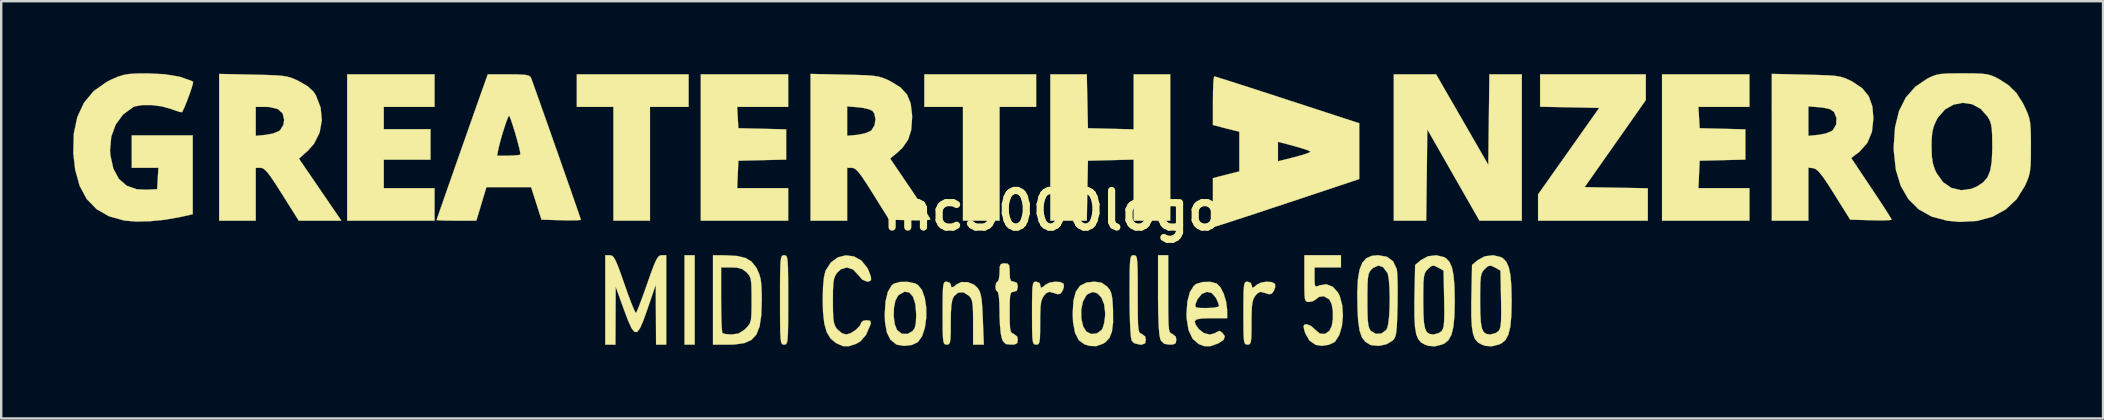
<source format=kicad_pcb>
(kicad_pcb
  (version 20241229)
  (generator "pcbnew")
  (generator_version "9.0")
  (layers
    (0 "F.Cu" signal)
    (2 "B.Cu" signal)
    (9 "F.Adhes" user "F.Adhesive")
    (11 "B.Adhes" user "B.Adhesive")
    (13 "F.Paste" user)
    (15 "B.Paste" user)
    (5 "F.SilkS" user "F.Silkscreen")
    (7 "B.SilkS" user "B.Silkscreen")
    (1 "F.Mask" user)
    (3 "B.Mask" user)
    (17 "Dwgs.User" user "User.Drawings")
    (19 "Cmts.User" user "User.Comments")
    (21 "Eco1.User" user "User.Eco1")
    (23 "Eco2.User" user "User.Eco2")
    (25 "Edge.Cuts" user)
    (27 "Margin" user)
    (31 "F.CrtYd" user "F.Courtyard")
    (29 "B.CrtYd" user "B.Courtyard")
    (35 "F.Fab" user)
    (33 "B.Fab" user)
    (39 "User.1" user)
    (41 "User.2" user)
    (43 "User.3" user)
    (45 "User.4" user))
  (footprint "mc5000logo"
    (layer "F.Cu")
    (at 40.793 5.72)
    (property "Reference" "mc5000logo" (at 0 0 0) (layer "F.SilkS") (effects (font (size 1.524 1.524) (thickness 0.3))))
    (attr through_hole)
    (fp_poly (pts (xy -14.901 5.588) (xy -15.325 5.588) (xy -15.325 1.863) (xy -14.901 1.863) (xy -14.901 5.588)) (stroke (width 0.01) (type solid)) (fill yes) (layer "F.SilkS"))
    (fp_poly (pts (xy -15.155 -4.318) (xy -16.764 -4.318) (xy -16.764 0.423) (xy -18.288 0.423) (xy -18.288 -4.318) (xy -19.812 -4.318) (xy -19.812 -5.673) (xy -15.155 -5.673) (xy -15.155 -4.318)) (stroke (width 0.01) (type solid)) (fill yes) (layer "F.SilkS"))
    (fp_poly (pts (xy -0.677 -4.318) (xy -2.201 -4.318) (xy -2.201 0.423) (xy -3.725 0.423) (xy -3.725 -4.318) (xy -5.334 -4.318) (xy -5.334 -5.673) (xy -0.677 -5.673) (xy -0.677 -4.318)) (stroke (width 0.01) (type solid)) (fill yes) (layer "F.SilkS"))
    (fp_poly (pts (xy -25.739 -4.318) (xy -27.855 -4.318) (xy -27.855 -3.387) (xy -25.908 -3.387) (xy -25.908 -2.117) (xy -27.855 -2.117) (xy -27.855 -0.931) (xy -25.739 -0.931) (xy -25.739 0.423) (xy -29.379 0.423) (xy -29.379 -5.673) (xy -25.739 -5.673) (xy -25.739 -4.318)) (stroke (width 0.01) (type solid)) (fill yes) (layer "F.SilkS"))
    (fp_poly (pts (xy 17.074 -3.789) (xy 18.161 -1.905) (xy 18.184 -3.789) (xy 18.207 -5.673) (xy 19.558 -5.673) (xy 19.558 0.423) (xy 17.792 0.423) (xy 15.621 -3.378) (xy 15.598 -1.477) (xy 15.575 0.423) (xy 14.224 0.423) (xy 14.224 -5.673) (xy 15.986 -5.673) (xy 17.074 -3.789)) (stroke (width 0.01) (type solid)) (fill yes) (layer "F.SilkS"))
    (fp_poly (pts (xy 24.723 -4.599) (xy 23.449 -2.786) (xy 22.175 -0.974) (xy 23.491 -0.95) (xy 24.807 -0.927) (xy 24.807 0.423) (xy 20.235 0.423) (xy 20.235 -0.673) (xy 21.509 -2.474) (xy 22.782 -4.276) (xy 20.32 -4.323) (xy 20.32 -5.673) (xy 24.723 -5.673) (xy 24.723 -4.599)) (stroke (width 0.01) (type solid)) (fill yes) (layer "F.SilkS"))
    (fp_poly (pts (xy 29.041 -4.318) (xy 26.915 -4.318) (xy 26.966 -3.429) (xy 27.919 -3.405) (xy 28.871 -3.381) (xy 28.871 -2.122) (xy 27.919 -2.098) (xy 26.966 -2.074) (xy 26.916 -0.931) (xy 29.041 -0.931) (xy 29.041 0.423) (xy 25.4 0.423) (xy 25.4 -5.673) (xy 29.041 -5.673) (xy 29.041 -4.318)) (stroke (width 0.01) (type solid)) (fill yes) (layer "F.SilkS"))
    (fp_poly (pts (xy -11.007 -4.318) (xy -13.132 -4.318) (xy -13.107 -3.873) (xy -13.081 -3.429) (xy -12.086 -3.405) (xy -11.091 -3.381) (xy -11.091 -2.122) (xy -12.086 -2.098) (xy -13.081 -2.074) (xy -13.131 -0.931) (xy -11.007 -0.931) (xy -11.007 0.423) (xy -14.647 0.423) (xy -14.647 -5.673) (xy -11.007 -5.673) (xy -11.007 -4.318)) (stroke (width 0.01) (type solid)) (fill yes) (layer "F.SilkS"))
    (fp_poly (pts (xy 1.458 -4.551) (xy 1.482 -3.429) (xy 2.434 -3.405) (xy 3.387 -3.381) (xy 3.387 -5.673) (xy 4.911 -5.673) (xy 4.911 0.423) (xy 3.387 0.423) (xy 3.387 -2.122) (xy 2.434 -2.098) (xy 1.482 -2.074) (xy 1.458 -0.826) (xy 1.435 0.423) (xy -0.085 0.423) (xy -0.085 -5.673) (xy 1.434 -5.673) (xy 1.458 -4.551)) (stroke (width 0.01) (type solid)) (fill yes) (layer "F.SilkS"))
    (fp_poly (pts (xy 4.826 3.479) (xy 4.827 4.04) (xy 4.831 4.455) (xy 4.84 4.746) (xy 4.858 4.937) (xy 4.885 5.05) (xy 4.926 5.109) (xy 4.981 5.136) (xy 4.995 5.14) (xy 5.138 5.253) (xy 5.165 5.386) (xy 5.139 5.525) (xy 5.029 5.581) (xy 4.882 5.588) (xy 4.659 5.554) (xy 4.529 5.427) (xy 4.501 5.372) (xy 4.461 5.191) (xy 4.431 4.847) (xy 4.412 4.35) (xy 4.403 3.706) (xy 4.403 3.51) (xy 4.403 1.863) (xy 4.826 1.863) (xy 4.826 3.479)) (stroke (width 0.01) (type solid)) (fill yes) (layer "F.SilkS"))
    (fp_poly (pts (xy -11.121 1.869) (xy -11.079 1.901) (xy -11.049 1.981) (xy -11.029 2.128) (xy -11.016 2.365) (xy -11.01 2.71) (xy -11.007 3.186) (xy -11.007 3.725) (xy -11.007 4.332) (xy -11.01 4.791) (xy -11.017 5.121) (xy -11.031 5.345) (xy -11.052 5.483) (xy -11.084 5.556) (xy -11.127 5.584) (xy -11.176 5.588) (xy -11.231 5.582) (xy -11.273 5.549) (xy -11.303 5.47) (xy -11.323 5.322) (xy -11.336 5.086) (xy -11.342 4.74) (xy -11.345 4.264) (xy -11.345 3.725) (xy -11.345 3.118) (xy -11.342 2.66) (xy -11.335 2.329) (xy -11.321 2.105) (xy -11.3 1.968) (xy -11.268 1.895) (xy -11.225 1.867) (xy -11.176 1.863) (xy -11.121 1.869)) (stroke (width 0.01) (type solid)) (fill yes) (layer "F.SilkS"))
    (fp_poly (pts (xy 3.445 1.87) (xy 3.489 1.905) (xy 3.519 1.992) (xy 3.538 2.152) (xy 3.55 2.407) (xy 3.555 2.781) (xy 3.556 3.295) (xy 3.556 3.479) (xy 3.557 4.04) (xy 3.561 4.455) (xy 3.57 4.746) (xy 3.588 4.937) (xy 3.615 5.05) (xy 3.656 5.109) (xy 3.711 5.136) (xy 3.725 5.14) (xy 3.868 5.253) (xy 3.895 5.386) (xy 3.865 5.532) (xy 3.741 5.584) (xy 3.644 5.588) (xy 3.404 5.528) (xy 3.305 5.424) (xy 3.275 5.283) (xy 3.25 4.994) (xy 3.232 4.578) (xy 3.22 4.059) (xy 3.217 3.562) (xy 3.218 2.985) (xy 3.221 2.557) (xy 3.23 2.254) (xy 3.245 2.055) (xy 3.27 1.938) (xy 3.306 1.882) (xy 3.356 1.864) (xy 3.387 1.863) (xy 3.445 1.87)) (stroke (width 0.01) (type solid)) (fill yes) (layer "F.SilkS"))
    (fp_poly (pts (xy -18.357 1.878) (xy -18.283 1.939) (xy -18.204 2.07) (xy -18.107 2.293) (xy -17.981 2.632) (xy -17.823 3.083) (xy -17.675 3.502) (xy -17.542 3.855) (xy -17.435 4.114) (xy -17.366 4.254) (xy -17.347 4.27) (xy -17.302 4.182) (xy -17.213 3.963) (xy -17.091 3.641) (xy -16.949 3.246) (xy -16.88 3.05) (xy -16.717 2.586) (xy -16.593 2.261) (xy -16.498 2.049) (xy -16.419 1.928) (xy -16.345 1.874) (xy -16.277 1.863) (xy -16.087 1.863) (xy -16.087 5.588) (xy -16.51 5.588) (xy -16.517 4.339) (xy -16.523 3.09) (xy -16.862 4.085) (xy -17.035 4.572) (xy -17.175 4.896) (xy -17.296 5.058) (xy -17.411 5.059) (xy -17.534 4.9) (xy -17.678 4.581) (xy -17.849 4.128) (xy -18.193 3.175) (xy -18.198 4.381) (xy -18.203 5.588) (xy -18.627 5.588) (xy -18.627 1.863) (xy -18.436 1.863) (xy -18.357 1.878)) (stroke (width 0.01) (type solid)) (fill yes) (layer "F.SilkS"))
    (fp_poly (pts (xy -0.539 3.016) (xy -0.508 3.09) (xy -0.482 3.203) (xy -0.46 3.217) (xy -0.368 3.165) (xy -0.284 3.09) (xy -0.12 3.005) (xy 0.109 2.967) (xy 0.328 2.981) (xy 0.466 3.049) (xy 0.471 3.056) (xy 0.478 3.194) (xy 0.425 3.342) (xy 0.334 3.469) (xy 0.216 3.487) (xy 0.069 3.44) (xy -0.123 3.389) (xy -0.251 3.44) (xy -0.346 3.544) (xy -0.42 3.66) (xy -0.468 3.812) (xy -0.495 4.036) (xy -0.506 4.37) (xy -0.508 4.666) (xy -0.51 5.071) (xy -0.52 5.336) (xy -0.542 5.491) (xy -0.583 5.565) (xy -0.648 5.587) (xy -0.677 5.588) (xy -0.742 5.58) (xy -0.787 5.539) (xy -0.817 5.441) (xy -0.835 5.26) (xy -0.844 4.973) (xy -0.846 4.554) (xy -0.847 4.276) (xy -0.846 3.778) (xy -0.84 3.425) (xy -0.828 3.192) (xy -0.804 3.055) (xy -0.767 2.987) (xy -0.713 2.965) (xy -0.677 2.963) (xy -0.539 3.016)) (stroke (width 0.01) (type solid)) (fill yes) (layer "F.SilkS"))
    (fp_poly (pts (xy 8.266 3.016) (xy 8.297 3.09) (xy 8.324 3.203) (xy 8.346 3.217) (xy 8.438 3.165) (xy 8.521 3.09) (xy 8.686 3.005) (xy 8.914 2.967) (xy 9.133 2.981) (xy 9.271 3.049) (xy 9.276 3.056) (xy 9.283 3.194) (xy 9.23 3.342) (xy 9.139 3.469) (xy 9.021 3.487) (xy 8.874 3.44) (xy 8.683 3.389) (xy 8.555 3.44) (xy 8.459 3.544) (xy 8.386 3.66) (xy 8.338 3.812) (xy 8.311 4.036) (xy 8.299 4.37) (xy 8.297 4.666) (xy 8.295 5.071) (xy 8.286 5.336) (xy 8.263 5.491) (xy 8.222 5.565) (xy 8.158 5.587) (xy 8.128 5.588) (xy 8.064 5.58) (xy 8.018 5.539) (xy 7.988 5.441) (xy 7.97 5.26) (xy 7.962 4.973) (xy 7.959 4.554) (xy 7.959 4.276) (xy 7.96 3.778) (xy 7.965 3.425) (xy 7.978 3.192) (xy 8.001 3.055) (xy 8.038 2.987) (xy 8.092 2.965) (xy 8.128 2.963) (xy 8.266 3.016)) (stroke (width 0.01) (type solid)) (fill yes) (layer "F.SilkS"))
    (fp_poly (pts (xy -33.295 -5.66) (xy -32.771 -5.648) (xy -32.383 -5.634) (xy -32.098 -5.612) (xy -31.884 -5.579) (xy -31.708 -5.529) (xy -31.536 -5.458) (xy -31.369 -5.376) (xy -31.018 -5.171) (xy -30.787 -4.955) (xy -30.681 -4.796) (xy -30.485 -4.285) (xy -30.435 -3.757) (xy -30.528 -3.245) (xy -30.758 -2.784) (xy -31.011 -2.498) (xy -31.388 -2.159) (xy -30.505 -0.868) (xy -29.623 0.423) (xy -31.397 0.423) (xy -32.089 -0.677) (xy -32.364 -1.109) (xy -32.57 -1.415) (xy -32.724 -1.614) (xy -32.842 -1.727) (xy -32.94 -1.773) (xy -32.985 -1.778) (xy -33.189 -1.778) (xy -33.189 0.423) (xy -34.713 0.423) (xy -34.713 -4.318) (xy -33.189 -4.318) (xy -33.189 -3.111) (xy -32.765 -3.152) (xy -32.468 -3.208) (xy -32.232 -3.303) (xy -32.172 -3.345) (xy -32.036 -3.57) (xy -32.004 -3.776) (xy -32.07 -4.05) (xy -32.271 -4.228) (xy -32.61 -4.311) (xy -32.785 -4.318) (xy -33.189 -4.318) (xy -34.713 -4.318) (xy -34.713 -5.69) (xy -33.295 -5.66)) (stroke (width 0.01) (type solid)) (fill yes) (layer "F.SilkS"))
    (fp_poly (pts (xy -5.735 3.032) (xy -5.61 3.093) (xy -5.433 3.309) (xy -5.315 3.641) (xy -5.255 4.043) (xy -5.254 4.472) (xy -5.311 4.883) (xy -5.426 5.234) (xy -5.601 5.479) (xy -5.61 5.486) (xy -5.855 5.602) (xy -6.168 5.641) (xy -6.459 5.594) (xy -6.519 5.567) (xy -6.748 5.378) (xy -6.896 5.082) (xy -6.971 4.66) (xy -6.981 4.402) (xy -6.61 4.402) (xy -6.57 4.725) (xy -6.479 4.966) (xy -6.472 4.976) (xy -6.274 5.135) (xy -6.036 5.143) (xy -5.827 5.025) (xy -5.737 4.9) (xy -5.689 4.702) (xy -5.673 4.387) (xy -5.673 4.324) (xy -5.708 3.896) (xy -5.808 3.589) (xy -5.962 3.414) (xy -6.157 3.383) (xy -6.382 3.507) (xy -6.435 3.556) (xy -6.541 3.756) (xy -6.6 4.058) (xy -6.61 4.402) (xy -6.981 4.402) (xy -6.984 4.318) (xy -6.951 3.792) (xy -6.854 3.388) (xy -6.697 3.121) (xy -6.598 3.045) (xy -6.344 2.975) (xy -6.027 2.973) (xy -5.735 3.032)) (stroke (width 0.01) (type solid)) (fill yes) (layer "F.SilkS"))
    (fp_poly (pts (xy 2.051 3.008) (xy 2.277 3.166) (xy 2.292 3.182) (xy 2.394 3.309) (xy 2.458 3.458) (xy 2.497 3.673) (xy 2.52 3.997) (xy 2.527 4.159) (xy 2.529 4.672) (xy 2.481 5.047) (xy 2.376 5.311) (xy 2.207 5.49) (xy 2.109 5.55) (xy 1.829 5.652) (xy 1.55 5.64) (xy 1.341 5.577) (xy 1.104 5.408) (xy 0.945 5.1) (xy 0.861 4.647) (xy 0.847 4.28) (xy 0.855 4.141) (xy 1.202 4.141) (xy 1.208 4.505) (xy 1.284 4.831) (xy 1.411 5.04) (xy 1.62 5.145) (xy 1.855 5.12) (xy 2.05 4.978) (xy 2.092 4.911) (xy 2.156 4.7) (xy 2.195 4.409) (xy 2.2 4.266) (xy 2.157 3.903) (xy 2.041 3.624) (xy 1.874 3.448) (xy 1.676 3.395) (xy 1.47 3.485) (xy 1.407 3.545) (xy 1.269 3.801) (xy 1.202 4.141) (xy 0.855 4.141) (xy 0.877 3.76) (xy 0.976 3.384) (xy 1.153 3.136) (xy 1.421 3.001) (xy 1.758 2.963) (xy 2.051 3.008)) (stroke (width 0.01) (type solid)) (fill yes) (layer "F.SilkS"))
    (fp_poly (pts (xy -4.265 3.016) (xy -4.233 3.09) (xy -4.203 3.204) (xy -4.105 3.175) (xy -4.005 3.086) (xy -3.792 2.981) (xy -3.524 2.985) (xy -3.263 3.09) (xy -3.107 3.234) (xy -3.033 3.358) (xy -2.98 3.521) (xy -2.943 3.756) (xy -2.916 4.096) (xy -2.897 4.525) (xy -2.856 5.588) (xy -3.302 5.588) (xy -3.302 4.657) (xy -3.305 4.237) (xy -3.319 3.952) (xy -3.349 3.766) (xy -3.4 3.643) (xy -3.471 3.556) (xy -3.703 3.408) (xy -3.926 3.422) (xy -4.102 3.575) (xy -4.166 3.716) (xy -4.207 3.939) (xy -4.228 4.275) (xy -4.233 4.676) (xy -4.235 5.078) (xy -4.245 5.341) (xy -4.268 5.494) (xy -4.31 5.566) (xy -4.375 5.587) (xy -4.403 5.588) (xy -4.467 5.58) (xy -4.512 5.539) (xy -4.542 5.441) (xy -4.56 5.26) (xy -4.569 4.973) (xy -4.572 4.554) (xy -4.572 4.276) (xy -4.571 3.778) (xy -4.566 3.425) (xy -4.553 3.192) (xy -4.53 3.055) (xy -4.493 2.987) (xy -4.439 2.965) (xy -4.403 2.963) (xy -4.265 3.016)) (stroke (width 0.01) (type solid)) (fill yes) (layer "F.SilkS"))
    (fp_poly (pts (xy 12.023 2.371) (xy 10.922 2.371) (xy 10.922 2.792) (xy 10.926 3.04) (xy 10.953 3.152) (xy 11.023 3.163) (xy 11.13 3.119) (xy 11.414 3.072) (xy 11.681 3.177) (xy 11.899 3.415) (xy 11.974 3.565) (xy 12.078 3.96) (xy 12.105 4.394) (xy 12.062 4.82) (xy 11.953 5.188) (xy 11.785 5.452) (xy 11.753 5.482) (xy 11.515 5.595) (xy 11.217 5.637) (xy 10.961 5.595) (xy 10.706 5.414) (xy 10.535 5.11) (xy 10.501 5.004) (xy 10.462 4.823) (xy 10.503 4.752) (xy 10.598 4.741) (xy 10.77 4.804) (xy 10.937 4.953) (xy 11.147 5.13) (xy 11.36 5.141) (xy 11.544 5.01) (xy 11.64 4.81) (xy 11.687 4.517) (xy 11.686 4.195) (xy 11.637 3.905) (xy 11.542 3.709) (xy 11.529 3.696) (xy 11.304 3.569) (xy 11.098 3.602) (xy 11.007 3.683) (xy 10.842 3.784) (xy 10.7 3.81) (xy 10.614 3.805) (xy 10.556 3.77) (xy 10.522 3.676) (xy 10.505 3.496) (xy 10.499 3.199) (xy 10.499 2.836) (xy 10.499 1.863) (xy 12.023 1.863) (xy 12.023 2.371)) (stroke (width 0.01) (type solid)) (fill yes) (layer "F.SilkS"))
    (fp_poly (pts (xy -13.61 1.867) (xy -13.131 1.895) (xy -12.783 1.977) (xy -12.532 2.128) (xy -12.346 2.363) (xy -12.298 2.452) (xy -12.21 2.652) (xy -12.153 2.859) (xy -12.122 3.118) (xy -12.109 3.475) (xy -12.107 3.746) (xy -12.127 4.36) (xy -12.197 4.827) (xy -12.329 5.165) (xy -12.537 5.391) (xy -12.834 5.524) (xy -13.234 5.582) (xy -13.473 5.588) (xy -14.139 5.588) (xy -14.139 2.371) (xy -13.801 2.371) (xy -13.801 3.711) (xy -13.797 4.171) (xy -13.788 4.571) (xy -13.774 4.879) (xy -13.756 5.066) (xy -13.744 5.108) (xy -13.63 5.144) (xy -13.418 5.164) (xy -13.357 5.165) (xy -13.072 5.123) (xy -12.836 4.973) (xy -12.778 4.917) (xy -12.67 4.803) (xy -12.6 4.694) (xy -12.558 4.553) (xy -12.538 4.342) (xy -12.531 4.024) (xy -12.531 3.728) (xy -12.533 3.313) (xy -12.544 3.031) (xy -12.571 2.846) (xy -12.621 2.721) (xy -12.699 2.619) (xy -12.738 2.578) (xy -12.915 2.443) (xy -13.134 2.382) (xy -13.373 2.371) (xy -13.801 2.371) (xy -14.139 2.371) (xy -14.139 1.863) (xy -13.61 1.867)) (stroke (width 0.01) (type solid)) (fill yes) (layer "F.SilkS"))
    (fp_poly (pts (xy -1.859 2.217) (xy -1.797 2.295) (xy -1.779 2.48) (xy -1.778 2.582) (xy -1.767 2.82) (xy -1.721 2.933) (xy -1.621 2.963) (xy -1.609 2.963) (xy -1.476 3.013) (xy -1.439 3.175) (xy -1.479 3.341) (xy -1.609 3.387) (xy -1.685 3.398) (xy -1.735 3.453) (xy -1.763 3.582) (xy -1.775 3.815) (xy -1.778 4.183) (xy -1.778 4.241) (xy -1.775 4.631) (xy -1.763 4.884) (xy -1.736 5.031) (xy -1.686 5.106) (xy -1.61 5.14) (xy -1.609 5.14) (xy -1.466 5.253) (xy -1.439 5.386) (xy -1.464 5.524) (xy -1.572 5.58) (xy -1.727 5.588) (xy -1.937 5.563) (xy -2.052 5.456) (xy -2.108 5.321) (xy -2.149 5.12) (xy -2.181 4.803) (xy -2.199 4.424) (xy -2.201 4.221) (xy -2.209 3.832) (xy -2.232 3.551) (xy -2.267 3.403) (xy -2.286 3.387) (xy -2.35 3.314) (xy -2.371 3.175) (xy -2.342 3.016) (xy -2.286 2.963) (xy -2.236 2.888) (xy -2.205 2.696) (xy -2.201 2.582) (xy -2.193 2.347) (xy -2.149 2.236) (xy -2.047 2.203) (xy -1.99 2.201) (xy -1.859 2.217)) (stroke (width 0.01) (type solid)) (fill yes) (layer "F.SilkS"))
    (fp_poly (pts (xy -8.265 1.913) (xy -7.955 2.087) (xy -7.709 2.391) (xy -7.652 2.509) (xy -7.559 2.764) (xy -7.553 2.902) (xy -7.639 2.956) (xy -7.726 2.96) (xy -7.923 2.877) (xy -8.087 2.685) (xy -8.304 2.456) (xy -8.556 2.374) (xy -8.806 2.444) (xy -8.965 2.589) (xy -9.044 2.709) (xy -9.096 2.85) (xy -9.127 3.049) (xy -9.141 3.345) (xy -9.144 3.768) (xy -9.14 4.195) (xy -9.126 4.49) (xy -9.095 4.69) (xy -9.043 4.83) (xy -8.969 4.942) (xy -8.764 5.114) (xy -8.584 5.165) (xy -8.397 5.109) (xy -8.192 4.975) (xy -8.026 4.809) (xy -7.959 4.661) (xy -7.886 4.595) (xy -7.741 4.572) (xy -7.588 4.593) (xy -7.563 4.689) (xy -7.583 4.763) (xy -7.763 5.183) (xy -8.004 5.456) (xy -8.173 5.552) (xy -8.481 5.653) (xy -8.727 5.649) (xy -8.984 5.537) (xy -9.025 5.512) (xy -9.244 5.328) (xy -9.4 5.069) (xy -9.501 4.711) (xy -9.555 4.23) (xy -9.567 3.721) (xy -9.554 3.179) (xy -9.514 2.769) (xy -9.451 2.509) (xy -9.231 2.166) (xy -8.937 1.952) (xy -8.604 1.868) (xy -8.265 1.913)) (stroke (width 0.01) (type solid)) (fill yes) (layer "F.SilkS"))
    (fp_poly (pts (xy 31.4 -5.659) (xy 31.926 -5.646) (xy 32.315 -5.631) (xy 32.601 -5.61) (xy 32.814 -5.577) (xy 32.987 -5.527) (xy 33.154 -5.457) (xy 33.319 -5.375) (xy 33.734 -5.101) (xy 34.01 -4.764) (xy 34.162 -4.338) (xy 34.205 -3.836) (xy 34.144 -3.276) (xy 33.955 -2.821) (xy 33.632 -2.456) (xy 33.575 -2.411) (xy 33.281 -2.187) (xy 34.124 -0.926) (xy 34.395 -0.519) (xy 34.63 -0.161) (xy 34.813 0.124) (xy 34.931 0.313) (xy 34.967 0.382) (xy 34.889 0.399) (xy 34.676 0.409) (xy 34.365 0.41) (xy 34.103 0.405) (xy 33.238 0.381) (xy 32.577 -0.677) (xy 32.301 -1.111) (xy 32.092 -1.416) (xy 31.933 -1.613) (xy 31.81 -1.722) (xy 31.706 -1.762) (xy 31.496 -1.789) (xy 31.496 0.423) (xy 29.972 0.423) (xy 29.972 -3.111) (xy 31.496 -3.111) (xy 31.92 -3.152) (xy 32.217 -3.208) (xy 32.453 -3.303) (xy 32.513 -3.345) (xy 32.651 -3.573) (xy 32.669 -3.853) (xy 32.567 -4.103) (xy 32.41 -4.216) (xy 32.123 -4.284) (xy 31.974 -4.299) (xy 31.496 -4.339) (xy 31.496 -3.111) (xy 29.972 -3.111) (xy 29.972 -5.692) (xy 31.4 -5.659)) (stroke (width 0.01) (type solid)) (fill yes) (layer "F.SilkS"))
    (fp_poly (pts (xy -8.657 -5.66) (xy -8.133 -5.648) (xy -7.745 -5.634) (xy -7.46 -5.612) (xy -7.246 -5.579) (xy -7.07 -5.529) (xy -6.898 -5.458) (xy -6.731 -5.376) (xy -6.325 -5.126) (xy -6.056 -4.833) (xy -5.903 -4.462) (xy -5.845 -3.979) (xy -5.843 -3.865) (xy -5.881 -3.353) (xy -6.009 -2.951) (xy -6.244 -2.614) (xy -6.439 -2.431) (xy -6.757 -2.164) (xy -5.919 -0.928) (xy -5.647 -0.524) (xy -5.412 -0.169) (xy -5.23 0.114) (xy -5.114 0.302) (xy -5.08 0.369) (xy -5.159 0.392) (xy -5.371 0.406) (xy -5.682 0.41) (xy -5.941 0.405) (xy -6.801 0.381) (xy -7.474 -0.699) (xy -7.745 -1.127) (xy -7.948 -1.428) (xy -8.099 -1.624) (xy -8.215 -1.732) (xy -8.313 -1.775) (xy -8.349 -1.778) (xy -8.551 -1.778) (xy -8.551 0.423) (xy -10.075 0.423) (xy -10.075 -3.111) (xy -8.551 -3.111) (xy -8.127 -3.152) (xy -7.83 -3.208) (xy -7.594 -3.303) (xy -7.534 -3.345) (xy -7.409 -3.549) (xy -7.369 -3.806) (xy -7.418 -4.044) (xy -7.498 -4.153) (xy -7.654 -4.222) (xy -7.911 -4.279) (xy -8.091 -4.301) (xy -8.551 -4.339) (xy -8.551 -3.111) (xy -10.075 -3.111) (xy -10.075 -5.69) (xy -8.657 -5.66)) (stroke (width 0.01) (type solid)) (fill yes) (layer "F.SilkS"))
    (fp_poly (pts (xy 6.836 -5.563) (xy 7.069 -5.49) (xy 7.427 -5.377) (xy 7.892 -5.228) (xy 8.445 -5.05) (xy 9.069 -4.847) (xy 9.744 -4.627) (xy 9.793 -4.611) (xy 12.785 -3.635) (xy 12.785 -1.311) (xy 9.799 -0.317) (xy 9.121 -0.092) (xy 8.494 0.116) (xy 7.936 0.299) (xy 7.464 0.453) (xy 7.098 0.571) (xy 6.854 0.648) (xy 6.752 0.677) (xy 6.751 0.677) (xy 6.727 0.598) (xy 6.707 0.382) (xy 6.694 0.063) (xy 6.689 -0.328) (xy 6.689 -0.335) (xy 6.689 -1.348) (xy 7.006 -1.431) (xy 7.285 -1.503) (xy 7.539 -1.566) (xy 7.556 -1.571) (xy 7.789 -1.627) (xy 7.789 -2.051) (xy 9.398 -2.051) (xy 10.075 -2.222) (xy 10.386 -2.306) (xy 10.622 -2.382) (xy 10.744 -2.437) (xy 10.753 -2.449) (xy 10.677 -2.495) (xy 10.475 -2.568) (xy 10.185 -2.654) (xy 10.075 -2.684) (xy 9.398 -2.862) (xy 9.398 -2.051) (xy 7.789 -2.051) (xy 7.789 -3.284) (xy 7.556 -3.34) (xy 7.312 -3.401) (xy 7.03 -3.473) (xy 7.006 -3.479) (xy 6.689 -3.563) (xy 6.689 -4.575) (xy 6.693 -4.967) (xy 6.705 -5.288) (xy 6.723 -5.506) (xy 6.745 -5.588) (xy 6.745 -5.588) (xy 6.836 -5.563)) (stroke (width 0.01) (type solid)) (fill yes) (layer "F.SilkS"))
    (fp_poly (pts (xy 6.846 3.041) (xy 6.853 3.046) (xy 7.004 3.201) (xy 7.14 3.471) (xy 7.239 3.798) (xy 7.281 4.128) (xy 7.281 4.15) (xy 7.281 4.487) (xy 6.604 4.487) (xy 6.23 4.497) (xy 6.01 4.535) (xy 5.928 4.615) (xy 5.968 4.752) (xy 6.102 4.942) (xy 6.312 5.108) (xy 6.56 5.167) (xy 6.783 5.11) (xy 6.837 5.067) (xy 6.955 5.015) (xy 7.066 5.077) (xy 7.185 5.235) (xy 7.139 5.383) (xy 6.927 5.527) (xy 6.909 5.536) (xy 6.59 5.651) (xy 6.323 5.65) (xy 6.096 5.564) (xy 5.844 5.345) (xy 5.675 4.988) (xy 5.595 4.504) (xy 5.588 4.294) (xy 5.611 3.978) (xy 5.951 3.978) (xy 5.991 4.035) (xy 6.126 4.059) (xy 6.392 4.064) (xy 6.429 4.064) (xy 6.718 4.05) (xy 6.899 4.014) (xy 6.943 3.975) (xy 6.906 3.844) (xy 6.819 3.647) (xy 6.813 3.636) (xy 6.644 3.441) (xy 6.438 3.39) (xy 6.23 3.474) (xy 6.053 3.684) (xy 5.973 3.873) (xy 5.951 3.978) (xy 5.611 3.978) (xy 5.625 3.789) (xy 5.731 3.393) (xy 5.9 3.128) (xy 5.999 3.055) (xy 6.265 2.978) (xy 6.581 2.973) (xy 6.846 3.041)) (stroke (width 0.01) (type solid)) (fill yes) (layer "F.SilkS"))
    (fp_poly (pts (xy 16.315 1.941) (xy 16.403 1.992) (xy 16.543 2.138) (xy 16.645 2.364) (xy 16.712 2.693) (xy 16.751 3.145) (xy 16.763 3.743) (xy 16.764 3.787) (xy 16.75 4.391) (xy 16.706 4.848) (xy 16.625 5.178) (xy 16.501 5.403) (xy 16.328 5.543) (xy 16.237 5.582) (xy 15.929 5.659) (xy 15.669 5.638) (xy 15.52 5.587) (xy 15.359 5.496) (xy 15.24 5.357) (xy 15.157 5.146) (xy 15.107 4.842) (xy 15.084 4.422) (xy 15.082 3.864) (xy 15.084 3.757) (xy 15.452 3.757) (xy 15.458 4.281) (xy 15.48 4.66) (xy 15.527 4.914) (xy 15.603 5.068) (xy 15.718 5.144) (xy 15.876 5.165) (xy 15.879 5.165) (xy 16.096 5.107) (xy 16.21 5.029) (xy 16.264 4.95) (xy 16.301 4.821) (xy 16.321 4.614) (xy 16.329 4.303) (xy 16.325 3.859) (xy 16.322 3.699) (xy 16.298 2.504) (xy 16.067 2.374) (xy 15.896 2.295) (xy 15.776 2.32) (xy 15.644 2.437) (xy 15.566 2.526) (xy 15.512 2.628) (xy 15.479 2.777) (xy 15.46 3.003) (xy 15.453 3.339) (xy 15.452 3.757) (xy 15.084 3.757) (xy 15.086 3.626) (xy 15.113 2.271) (xy 15.351 2.067) (xy 15.648 1.907) (xy 15.992 1.864) (xy 16.315 1.941)) (stroke (width 0.01) (type solid)) (fill yes) (layer "F.SilkS"))
    (fp_poly (pts (xy 18.685 1.941) (xy 18.774 1.992) (xy 18.914 2.138) (xy 19.015 2.364) (xy 19.083 2.693) (xy 19.121 3.145) (xy 19.134 3.743) (xy 19.134 3.787) (xy 19.121 4.391) (xy 19.077 4.848) (xy 18.996 5.178) (xy 18.872 5.403) (xy 18.699 5.543) (xy 18.607 5.582) (xy 18.3 5.659) (xy 18.04 5.638) (xy 17.89 5.587) (xy 17.729 5.496) (xy 17.61 5.357) (xy 17.528 5.146) (xy 17.478 4.842) (xy 17.454 4.422) (xy 17.453 3.864) (xy 17.455 3.757) (xy 17.822 3.757) (xy 17.828 4.281) (xy 17.851 4.66) (xy 17.897 4.914) (xy 17.974 5.068) (xy 18.088 5.144) (xy 18.247 5.165) (xy 18.25 5.165) (xy 18.467 5.107) (xy 18.581 5.029) (xy 18.635 4.95) (xy 18.671 4.821) (xy 18.692 4.614) (xy 18.699 4.303) (xy 18.695 3.859) (xy 18.692 3.699) (xy 18.669 2.504) (xy 18.438 2.374) (xy 18.267 2.295) (xy 18.147 2.32) (xy 18.015 2.437) (xy 17.936 2.526) (xy 17.883 2.628) (xy 17.849 2.777) (xy 17.831 3.003) (xy 17.824 3.339) (xy 17.822 3.757) (xy 17.455 3.757) (xy 17.457 3.626) (xy 17.484 2.271) (xy 17.721 2.067) (xy 18.018 1.907) (xy 18.363 1.864) (xy 18.685 1.941)) (stroke (width 0.01) (type solid)) (fill yes) (layer "F.SilkS"))
    (fp_poly (pts (xy -36.99 -5.678) (xy -36.372 -5.577) (xy -35.888 -5.41) (xy -35.798 -5.363) (xy -35.807 -5.281) (xy -35.864 -5.088) (xy -35.952 -4.832) (xy -36.054 -4.558) (xy -36.154 -4.312) (xy -36.234 -4.14) (xy -36.265 -4.093) (xy -36.351 -4.107) (xy -36.546 -4.168) (xy -36.73 -4.235) (xy -37.104 -4.339) (xy -37.515 -4.392) (xy -37.906 -4.394) (xy -38.217 -4.34) (xy -38.296 -4.308) (xy -38.714 -4.002) (xy -39.022 -3.584) (xy -39.208 -3.078) (xy -39.26 -2.507) (xy -39.244 -2.296) (xy -39.12 -1.742) (xy -38.894 -1.321) (xy -38.568 -1.034) (xy -38.145 -0.885) (xy -37.761 -0.866) (xy -37.296 -0.889) (xy -37.27 -1.333) (xy -37.244 -1.778) (xy -38.354 -1.778) (xy -38.354 -3.133) (xy -35.814 -3.133) (xy -35.814 0.156) (xy -36.386 0.282) (xy -36.991 0.387) (xy -37.611 0.448) (xy -38.188 0.459) (xy -38.665 0.418) (xy -38.674 0.416) (xy -39.306 0.239) (xy -39.823 -0.059) (xy -40.229 -0.478) (xy -40.524 -1.024) (xy -40.711 -1.698) (xy -40.788 -2.383) (xy -40.77 -3.193) (xy -40.622 -3.894) (xy -40.345 -4.487) (xy -39.938 -4.975) (xy -39.399 -5.358) (xy -39.184 -5.466) (xy -38.927 -5.576) (xy -38.702 -5.647) (xy -38.459 -5.688) (xy -38.148 -5.707) (xy -37.719 -5.712) (xy -36.99 -5.678)) (stroke (width 0.01) (type solid)) (fill yes) (layer "F.SilkS"))
    (fp_poly (pts (xy 13.939 1.927) (xy 14.198 2.118) (xy 14.344 2.434) (xy 14.354 2.482) (xy 14.371 2.667) (xy 14.382 2.982) (xy 14.385 3.388) (xy 14.382 3.845) (xy 14.379 4.004) (xy 14.366 4.494) (xy 14.349 4.844) (xy 14.326 5.083) (xy 14.29 5.24) (xy 14.239 5.345) (xy 14.177 5.419) (xy 13.926 5.57) (xy 13.603 5.64) (xy 13.294 5.612) (xy 13.234 5.591) (xy 13.035 5.468) (xy 12.892 5.279) (xy 12.797 4.996) (xy 12.739 4.593) (xy 12.713 4.13) (xy 12.707 3.74) (xy 13.123 3.74) (xy 13.127 4.213) (xy 13.139 4.547) (xy 13.164 4.771) (xy 13.204 4.915) (xy 13.264 5.01) (xy 13.267 5.014) (xy 13.476 5.138) (xy 13.708 5.124) (xy 13.902 4.98) (xy 13.946 4.911) (xy 13.994 4.724) (xy 14.029 4.416) (xy 14.049 4.032) (xy 14.054 3.618) (xy 14.043 3.219) (xy 14.018 2.88) (xy 13.977 2.648) (xy 13.957 2.598) (xy 13.779 2.361) (xy 13.581 2.292) (xy 13.363 2.392) (xy 13.293 2.455) (xy 13.223 2.541) (xy 13.175 2.653) (xy 13.146 2.823) (xy 13.13 3.082) (xy 13.124 3.463) (xy 13.123 3.74) (xy 12.707 3.74) (xy 12.702 3.43) (xy 12.728 2.881) (xy 12.796 2.468) (xy 12.912 2.175) (xy 13.081 1.987) (xy 13.311 1.888) (xy 13.569 1.863) (xy 13.939 1.927)) (stroke (width 0.01) (type solid)) (fill yes) (layer "F.SilkS"))
    (fp_poly (pts (xy -22.249 -5.669) (xy -21.987 -5.655) (xy -21.831 -5.625) (xy -21.749 -5.575) (xy -21.72 -5.524) (xy -21.664 -5.374) (xy -21.564 -5.095) (xy -21.427 -4.71) (xy -21.26 -4.239) (xy -21.071 -3.706) (xy -20.869 -3.131) (xy -20.659 -2.536) (xy -20.451 -1.943) (xy -20.251 -1.372) (xy -20.067 -0.847) (xy -19.907 -0.388) (xy -19.778 -0.017) (xy -19.689 0.245) (xy -19.645 0.375) (xy -19.643 0.385) (xy -19.721 0.402) (xy -19.933 0.41) (xy -20.24 0.41) (xy -20.463 0.405) (xy -21.284 0.381) (xy -21.5 -0.296) (xy -21.717 -0.974) (xy -23.578 -0.974) (xy -23.997 0.423) (xy -24.826 0.423) (xy -25.177 0.421) (xy -25.454 0.413) (xy -25.621 0.403) (xy -25.654 0.395) (xy -25.627 0.313) (xy -25.551 0.094) (xy -25.434 -0.243) (xy -25.284 -0.674) (xy -25.107 -1.179) (xy -24.912 -1.736) (xy -24.719 -2.286) (xy -23.135 -2.286) (xy -22.673 -2.286) (xy -22.409 -2.294) (xy -22.221 -2.314) (xy -22.164 -2.333) (xy -22.171 -2.424) (xy -22.217 -2.633) (xy -22.292 -2.916) (xy -22.382 -3.231) (xy -22.475 -3.533) (xy -22.558 -3.78) (xy -22.619 -3.929) (xy -22.633 -3.95) (xy -22.672 -3.894) (xy -22.743 -3.716) (xy -22.831 -3.455) (xy -22.925 -3.153) (xy -23.01 -2.849) (xy -23.075 -2.585) (xy -23.084 -2.543) (xy -23.135 -2.286) (xy -24.719 -2.286) (xy -24.705 -2.324) (xy -24.495 -2.921) (xy -24.29 -3.506) (xy -24.095 -4.057) (xy -23.92 -4.552) (xy -23.772 -4.971) (xy -23.658 -5.291) (xy -23.605 -5.44) (xy -23.521 -5.673) (xy -22.649 -5.673) (xy -22.249 -5.669)) (stroke (width 0.01) (type solid)) (fill yes) (layer "F.SilkS"))
    (fp_poly (pts (xy 38.382 -5.712) (xy 38.703 -5.701) (xy 38.937 -5.674) (xy 39.122 -5.625) (xy 39.298 -5.549) (xy 39.412 -5.49) (xy 39.835 -5.221) (xy 40.159 -4.901) (xy 40.429 -4.479) (xy 40.529 -4.276) (xy 40.628 -4.054) (xy 40.695 -3.858) (xy 40.736 -3.648) (xy 40.758 -3.38) (xy 40.766 -3.015) (xy 40.767 -2.667) (xy 40.765 -2.206) (xy 40.753 -1.873) (xy 40.727 -1.625) (xy 40.679 -1.42) (xy 40.603 -1.217) (xy 40.52 -1.032) (xy 40.178 -0.48) (xy 39.723 -0.048) (xy 39.167 0.259) (xy 38.52 0.435) (xy 37.795 0.475) (xy 37.279 0.425) (xy 36.631 0.253) (xy 36.091 -0.05) (xy 35.661 -0.478) (xy 35.343 -1.028) (xy 35.14 -1.698) (xy 35.055 -2.483) (xy 35.052 -2.667) (xy 35.052 -2.673) (xy 36.627 -2.673) (xy 36.638 -2.273) (xy 36.679 -1.976) (xy 36.762 -1.718) (xy 36.834 -1.562) (xy 37.104 -1.184) (xy 37.454 -0.942) (xy 37.858 -0.846) (xy 38.288 -0.904) (xy 38.525 -1.004) (xy 38.779 -1.173) (xy 38.958 -1.382) (xy 39.073 -1.663) (xy 39.136 -2.044) (xy 39.158 -2.557) (xy 39.158 -2.667) (xy 39.154 -3.093) (xy 39.138 -3.391) (xy 39.104 -3.602) (xy 39.045 -3.767) (xy 38.966 -3.907) (xy 38.676 -4.235) (xy 38.32 -4.428) (xy 37.932 -4.486) (xy 37.544 -4.412) (xy 37.188 -4.209) (xy 36.897 -3.878) (xy 36.834 -3.768) (xy 36.722 -3.516) (xy 36.658 -3.262) (xy 36.631 -2.943) (xy 36.627 -2.673) (xy 35.052 -2.673) (xy 35.107 -3.469) (xy 35.274 -4.147) (xy 35.556 -4.709) (xy 35.956 -5.16) (xy 36.437 -5.486) (xy 36.632 -5.582) (xy 36.809 -5.647) (xy 37.009 -5.687) (xy 37.272 -5.707) (xy 37.64 -5.714) (xy 37.931 -5.715) (xy 38.382 -5.712)) (stroke (width 0.01) (type solid)) (fill yes) (layer "F.SilkS")))
  (gr_rect
    (start -3 -3)
    (end 84.565 14.384)
    (stroke (width 0.1) (type default))
    (fill no)
    (layer "Edge.Cuts")))
</source>
